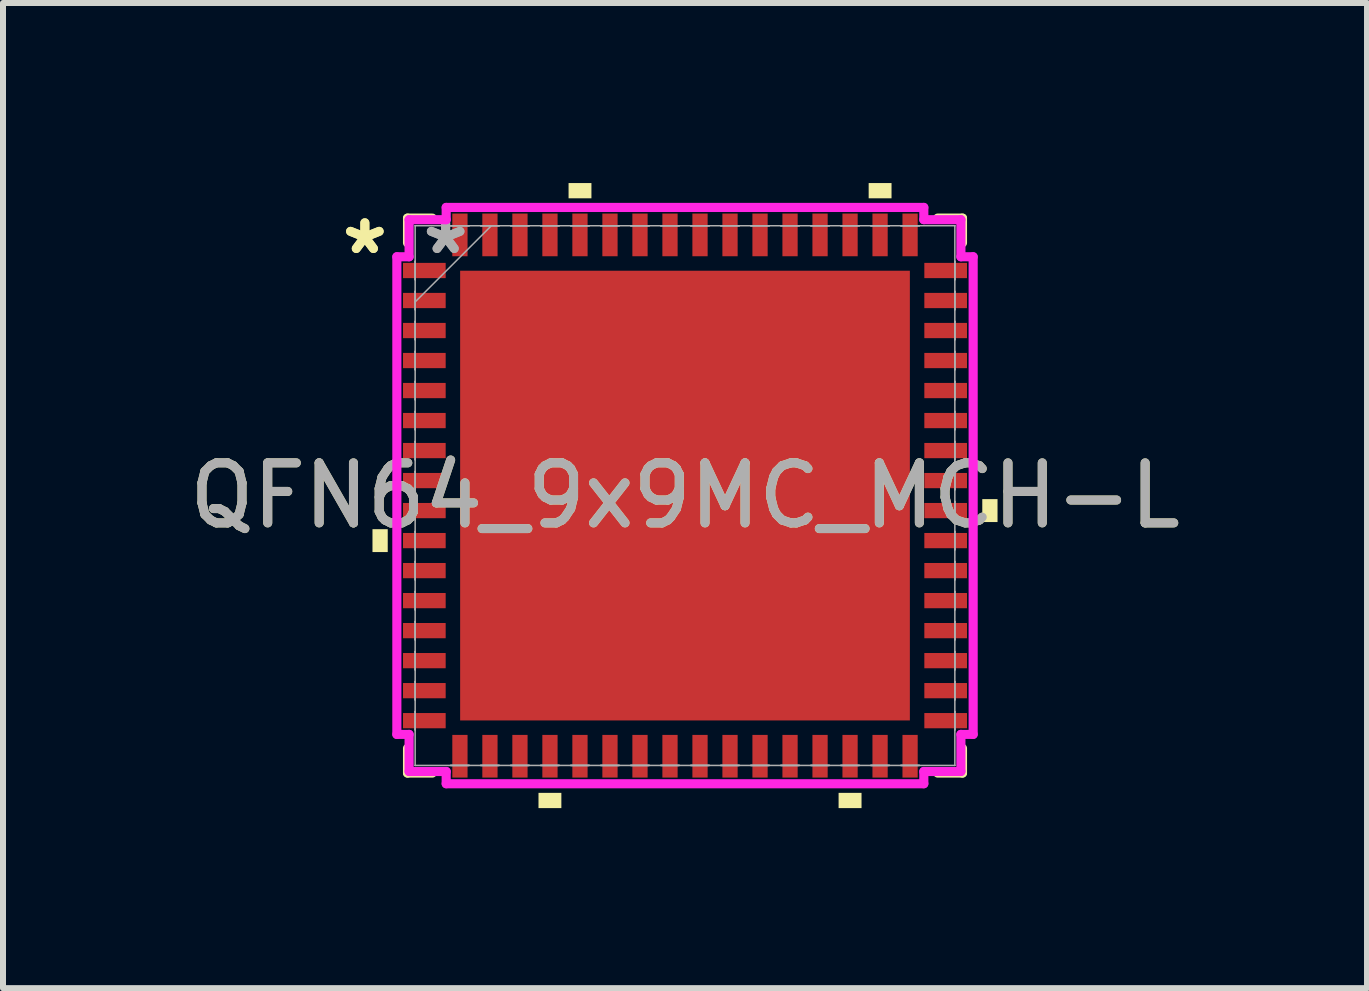
<source format=kicad_pcb>
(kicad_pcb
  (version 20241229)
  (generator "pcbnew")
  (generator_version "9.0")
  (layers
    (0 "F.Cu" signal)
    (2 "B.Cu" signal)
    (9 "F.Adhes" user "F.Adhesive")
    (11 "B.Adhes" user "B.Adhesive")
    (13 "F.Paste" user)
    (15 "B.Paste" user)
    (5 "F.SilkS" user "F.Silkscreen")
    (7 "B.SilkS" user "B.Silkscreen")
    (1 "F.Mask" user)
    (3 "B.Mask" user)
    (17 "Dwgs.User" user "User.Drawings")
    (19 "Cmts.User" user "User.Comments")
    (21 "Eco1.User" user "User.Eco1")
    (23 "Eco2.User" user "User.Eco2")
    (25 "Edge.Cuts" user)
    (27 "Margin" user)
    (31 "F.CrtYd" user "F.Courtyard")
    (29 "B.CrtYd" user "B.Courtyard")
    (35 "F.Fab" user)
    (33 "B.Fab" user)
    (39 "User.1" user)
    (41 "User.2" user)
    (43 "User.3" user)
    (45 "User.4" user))
  (footprint "QFN64_9x9MC_MCH-L"
    (layer "F.Cu")
    (at 8.363 5.207)
    (property "Reference" "QFN64_9x9MC_MCH-L" (at 0 0 0) (unlocked yes) (layer "F.SilkS") (effects (font (size 1 1) (thickness 0.15))))
    (attr smd)
    (fp_line (start -4.623 -4.623) (end -4.623 -4.21) (stroke (width 0.152) (type solid)) (layer "F.SilkS"))
    (fp_line (start -4.623 4.21) (end -4.623 4.623) (stroke (width 0.152) (type solid)) (layer "F.SilkS"))
    (fp_line (start -4.623 4.623) (end -4.21 4.623) (stroke (width 0.152) (type solid)) (layer "F.SilkS"))
    (fp_line (start -4.21 -4.623) (end -4.623 -4.623) (stroke (width 0.152) (type solid)) (layer "F.SilkS"))
    (fp_line (start 4.21 4.623) (end 4.623 4.623) (stroke (width 0.152) (type solid)) (layer "F.SilkS"))
    (fp_line (start 4.623 -4.623) (end 4.21 -4.623) (stroke (width 0.152) (type solid)) (layer "F.SilkS"))
    (fp_line (start 4.623 -4.21) (end 4.623 -4.623) (stroke (width 0.152) (type solid)) (layer "F.SilkS"))
    (fp_line (start 4.623 4.623) (end 4.623 4.21) (stroke (width 0.152) (type solid)) (layer "F.SilkS"))
    (fp_poly (pts (xy -5.207 0.56) (xy -5.207 0.941) (xy -4.953 0.941) (xy -4.953 0.56)) (stroke (width 0) (type solid)) (fill yes) (layer "F.SilkS"))
    (fp_poly (pts (xy -2.441 4.953) (xy -2.441 5.207) (xy -2.06 5.207) (xy -2.06 4.953)) (stroke (width 0) (type solid)) (fill yes) (layer "F.SilkS"))
    (fp_poly (pts (xy -1.94 -4.953) (xy -1.94 -5.207) (xy -1.559 -5.207) (xy -1.559 -4.953)) (stroke (width 0) (type solid)) (fill yes) (layer "F.SilkS"))
    (fp_poly (pts (xy 2.559 4.953) (xy 2.559 5.207) (xy 2.941 5.207) (xy 2.941 4.953)) (stroke (width 0) (type solid)) (fill yes) (layer "F.SilkS"))
    (fp_poly (pts (xy 3.06 -4.953) (xy 3.06 -5.207) (xy 3.441 -5.207) (xy 3.441 -4.953)) (stroke (width 0) (type solid)) (fill yes) (layer "F.SilkS"))
    (fp_poly (pts (xy 5.207 0.059) (xy 5.207 0.441) (xy 4.953 0.441) (xy 4.953 0.059)) (stroke (width 0) (type solid)) (fill yes) (layer "F.SilkS"))
    (fp_poly (pts (xy -3.647 -3.647) (xy -3.647 -2.348) (xy -2.348 -2.348) (xy -2.348 -3.647)) (stroke (width 0) (type solid)) (fill yes) (layer "F.Paste"))
    (fp_poly (pts (xy -3.647 -2.148) (xy -3.647 -0.849) (xy -2.348 -0.849) (xy -2.348 -2.148)) (stroke (width 0) (type solid)) (fill yes) (layer "F.Paste"))
    (fp_poly (pts (xy -3.647 -0.649) (xy -3.647 0.649) (xy -2.348 0.649) (xy -2.348 -0.649)) (stroke (width 0) (type solid)) (fill yes) (layer "F.Paste"))
    (fp_poly (pts (xy -3.647 0.849) (xy -3.647 2.148) (xy -2.348 2.148) (xy -2.348 0.849)) (stroke (width 0) (type solid)) (fill yes) (layer "F.Paste"))
    (fp_poly (pts (xy -3.647 2.348) (xy -3.647 3.647) (xy -2.348 3.647) (xy -2.348 2.348)) (stroke (width 0) (type solid)) (fill yes) (layer "F.Paste"))
    (fp_poly (pts (xy -2.148 -3.647) (xy -2.148 -2.348) (xy -0.849 -2.348) (xy -0.849 -3.647)) (stroke (width 0) (type solid)) (fill yes) (layer "F.Paste"))
    (fp_poly (pts (xy -2.148 -2.148) (xy -2.148 -0.849) (xy -0.849 -0.849) (xy -0.849 -2.148)) (stroke (width 0) (type solid)) (fill yes) (layer "F.Paste"))
    (fp_poly (pts (xy -2.148 -0.649) (xy -2.148 0.649) (xy -0.849 0.649) (xy -0.849 -0.649)) (stroke (width 0) (type solid)) (fill yes) (layer "F.Paste"))
    (fp_poly (pts (xy -2.148 0.849) (xy -2.148 2.148) (xy -0.849 2.148) (xy -0.849 0.849)) (stroke (width 0) (type solid)) (fill yes) (layer "F.Paste"))
    (fp_poly (pts (xy -2.148 2.348) (xy -2.148 3.647) (xy -0.849 3.647) (xy -0.849 2.348)) (stroke (width 0) (type solid)) (fill yes) (layer "F.Paste"))
    (fp_poly (pts (xy -0.649 -3.647) (xy -0.649 -2.348) (xy 0.649 -2.348) (xy 0.649 -3.647)) (stroke (width 0) (type solid)) (fill yes) (layer "F.Paste"))
    (fp_poly (pts (xy -0.649 -2.148) (xy -0.649 -0.849) (xy 0.649 -0.849) (xy 0.649 -2.148)) (stroke (width 0) (type solid)) (fill yes) (layer "F.Paste"))
    (fp_poly (pts (xy -0.649 -0.649) (xy -0.649 0.649) (xy 0.649 0.649) (xy 0.649 -0.649)) (stroke (width 0) (type solid)) (fill yes) (layer "F.Paste"))
    (fp_poly (pts (xy -0.649 0.849) (xy -0.649 2.148) (xy 0.649 2.148) (xy 0.649 0.849)) (stroke (width 0) (type solid)) (fill yes) (layer "F.Paste"))
    (fp_poly (pts (xy -0.649 2.348) (xy -0.649 3.647) (xy 0.649 3.647) (xy 0.649 2.348)) (stroke (width 0) (type solid)) (fill yes) (layer "F.Paste"))
    (fp_poly (pts (xy 0.849 -3.647) (xy 0.849 -2.348) (xy 2.148 -2.348) (xy 2.148 -3.647)) (stroke (width 0) (type solid)) (fill yes) (layer "F.Paste"))
    (fp_poly (pts (xy 0.849 -2.148) (xy 0.849 -0.849) (xy 2.148 -0.849) (xy 2.148 -2.148)) (stroke (width 0) (type solid)) (fill yes) (layer "F.Paste"))
    (fp_poly (pts (xy 0.849 -0.649) (xy 0.849 0.649) (xy 2.148 0.649) (xy 2.148 -0.649)) (stroke (width 0) (type solid)) (fill yes) (layer "F.Paste"))
    (fp_poly (pts (xy 0.849 0.849) (xy 0.849 2.148) (xy 2.148 2.148) (xy 2.148 0.849)) (stroke (width 0) (type solid)) (fill yes) (layer "F.Paste"))
    (fp_poly (pts (xy 0.849 2.348) (xy 0.849 3.647) (xy 2.148 3.647) (xy 2.148 2.348)) (stroke (width 0) (type solid)) (fill yes) (layer "F.Paste"))
    (fp_poly (pts (xy 2.348 -3.647) (xy 2.348 -2.348) (xy 3.647 -2.348) (xy 3.647 -3.647)) (stroke (width 0) (type solid)) (fill yes) (layer "F.Paste"))
    (fp_poly (pts (xy 2.348 -2.148) (xy 2.348 -0.849) (xy 3.647 -0.849) (xy 3.647 -2.148)) (stroke (width 0) (type solid)) (fill yes) (layer "F.Paste"))
    (fp_poly (pts (xy 2.348 -0.649) (xy 2.348 0.649) (xy 3.647 0.649) (xy 3.647 -0.649)) (stroke (width 0) (type solid)) (fill yes) (layer "F.Paste"))
    (fp_poly (pts (xy 2.348 0.849) (xy 2.348 2.148) (xy 3.647 2.148) (xy 3.647 0.849)) (stroke (width 0) (type solid)) (fill yes) (layer "F.Paste"))
    (fp_poly (pts (xy 2.348 2.348) (xy 2.348 3.647) (xy 3.647 3.647) (xy 3.647 2.348)) (stroke (width 0) (type solid)) (fill yes) (layer "F.Paste"))
    (fp_line (start -4.801 -3.979) (end -4.597 -3.979) (stroke (width 0.152) (type solid)) (layer "F.CrtYd"))
    (fp_line (start -4.801 3.979) (end -4.801 -3.979) (stroke (width 0.152) (type solid)) (layer "F.CrtYd"))
    (fp_line (start -4.597 -4.597) (end -3.979 -4.597) (stroke (width 0.152) (type solid)) (layer "F.CrtYd"))
    (fp_line (start -4.597 -3.979) (end -4.597 -4.597) (stroke (width 0.152) (type solid)) (layer "F.CrtYd"))
    (fp_line (start -4.597 3.979) (end -4.801 3.979) (stroke (width 0.152) (type solid)) (layer "F.CrtYd"))
    (fp_line (start -4.597 4.597) (end -4.597 3.979) (stroke (width 0.152) (type solid)) (layer "F.CrtYd"))
    (fp_line (start -3.979 -4.801) (end 3.979 -4.801) (stroke (width 0.152) (type solid)) (layer "F.CrtYd"))
    (fp_line (start -3.979 -4.597) (end -3.979 -4.801) (stroke (width 0.152) (type solid)) (layer "F.CrtYd"))
    (fp_line (start -3.979 4.597) (end -4.597 4.597) (stroke (width 0.152) (type solid)) (layer "F.CrtYd"))
    (fp_line (start -3.979 4.801) (end -3.979 4.597) (stroke (width 0.152) (type solid)) (layer "F.CrtYd"))
    (fp_line (start 3.979 -4.801) (end 3.979 -4.597) (stroke (width 0.152) (type solid)) (layer "F.CrtYd"))
    (fp_line (start 3.979 -4.597) (end 4.597 -4.597) (stroke (width 0.152) (type solid)) (layer "F.CrtYd"))
    (fp_line (start 3.979 4.597) (end 3.979 4.801) (stroke (width 0.152) (type solid)) (layer "F.CrtYd"))
    (fp_line (start 3.979 4.801) (end -3.979 4.801) (stroke (width 0.152) (type solid)) (layer "F.CrtYd"))
    (fp_line (start 4.597 -4.597) (end 4.597 -3.979) (stroke (width 0.152) (type solid)) (layer "F.CrtYd"))
    (fp_line (start 4.597 -3.979) (end 4.801 -3.979) (stroke (width 0.152) (type solid)) (layer "F.CrtYd"))
    (fp_line (start 4.597 3.979) (end 4.597 4.597) (stroke (width 0.152) (type solid)) (layer "F.CrtYd"))
    (fp_line (start 4.597 4.597) (end 3.979 4.597) (stroke (width 0.152) (type solid)) (layer "F.CrtYd"))
    (fp_line (start 4.801 -3.979) (end 4.801 3.979) (stroke (width 0.152) (type solid)) (layer "F.CrtYd"))
    (fp_line (start 4.801 3.979) (end 4.597 3.979) (stroke (width 0.152) (type solid)) (layer "F.CrtYd"))
    (fp_line (start -4.496 -4.496) (end -4.496 -4.496) (stroke (width 0.025) (type solid)) (layer "F.Fab"))
    (fp_line (start -4.496 -4.496) (end -4.496 4.496) (stroke (width 0.025) (type solid)) (layer "F.Fab"))
    (fp_line (start -4.496 -3.902) (end -4.496 -3.902) (stroke (width 0.025) (type solid)) (layer "F.Fab"))
    (fp_line (start -4.496 -3.902) (end -4.496 -3.598) (stroke (width 0.025) (type solid)) (layer "F.Fab"))
    (fp_line (start -4.496 -3.598) (end -4.496 -3.902) (stroke (width 0.025) (type solid)) (layer "F.Fab"))
    (fp_line (start -4.496 -3.598) (end -4.496 -3.598) (stroke (width 0.025) (type solid)) (layer "F.Fab"))
    (fp_line (start -4.496 -3.402) (end -4.496 -3.402) (stroke (width 0.025) (type solid)) (layer "F.Fab"))
    (fp_line (start -4.496 -3.402) (end -4.496 -3.098) (stroke (width 0.025) (type solid)) (layer "F.Fab"))
    (fp_line (start -4.496 -3.226) (end -3.226 -4.496) (stroke (width 0.025) (type solid)) (layer "F.Fab"))
    (fp_line (start -4.496 -3.098) (end -4.496 -3.402) (stroke (width 0.025) (type solid)) (layer "F.Fab"))
    (fp_line (start -4.496 -3.098) (end -4.496 -3.098) (stroke (width 0.025) (type solid)) (layer "F.Fab"))
    (fp_line (start -4.496 -2.902) (end -4.496 -2.902) (stroke (width 0.025) (type solid)) (layer "F.Fab"))
    (fp_line (start -4.496 -2.902) (end -4.496 -2.598) (stroke (width 0.025) (type solid)) (layer "F.Fab"))
    (fp_line (start -4.496 -2.598) (end -4.496 -2.902) (stroke (width 0.025) (type solid)) (layer "F.Fab"))
    (fp_line (start -4.496 -2.598) (end -4.496 -2.598) (stroke (width 0.025) (type solid)) (layer "F.Fab"))
    (fp_line (start -4.496 -2.402) (end -4.496 -2.402) (stroke (width 0.025) (type solid)) (layer "F.Fab"))
    (fp_line (start -4.496 -2.402) (end -4.496 -2.098) (stroke (width 0.025) (type solid)) (layer "F.Fab"))
    (fp_line (start -4.496 -2.098) (end -4.496 -2.402) (stroke (width 0.025) (type solid)) (layer "F.Fab"))
    (fp_line (start -4.496 -2.098) (end -4.496 -2.098) (stroke (width 0.025) (type solid)) (layer "F.Fab"))
    (fp_line (start -4.496 -1.902) (end -4.496 -1.902) (stroke (width 0.025) (type solid)) (layer "F.Fab"))
    (fp_line (start -4.496 -1.902) (end -4.496 -1.598) (stroke (width 0.025) (type solid)) (layer "F.Fab"))
    (fp_line (start -4.496 -1.598) (end -4.496 -1.902) (stroke (width 0.025) (type solid)) (layer "F.Fab"))
    (fp_line (start -4.496 -1.598) (end -4.496 -1.598) (stroke (width 0.025) (type solid)) (layer "F.Fab"))
    (fp_line (start -4.496 -1.402) (end -4.496 -1.402) (stroke (width 0.025) (type solid)) (layer "F.Fab"))
    (fp_line (start -4.496 -1.402) (end -4.496 -1.098) (stroke (width 0.025) (type solid)) (layer "F.Fab"))
    (fp_line (start -4.496 -1.098) (end -4.496 -1.402) (stroke (width 0.025) (type solid)) (layer "F.Fab"))
    (fp_line (start -4.496 -1.098) (end -4.496 -1.098) (stroke (width 0.025) (type solid)) (layer "F.Fab"))
    (fp_line (start -4.496 -0.902) (end -4.496 -0.902) (stroke (width 0.025) (type solid)) (layer "F.Fab"))
    (fp_line (start -4.496 -0.902) (end -4.496 -0.598) (stroke (width 0.025) (type solid)) (layer "F.Fab"))
    (fp_line (start -4.496 -0.598) (end -4.496 -0.902) (stroke (width 0.025) (type solid)) (layer "F.Fab"))
    (fp_line (start -4.496 -0.598) (end -4.496 -0.598) (stroke (width 0.025) (type solid)) (layer "F.Fab"))
    (fp_line (start -4.496 -0.402) (end -4.496 -0.402) (stroke (width 0.025) (type solid)) (layer "F.Fab"))
    (fp_line (start -4.496 -0.402) (end -4.496 -0.098) (stroke (width 0.025) (type solid)) (layer "F.Fab"))
    (fp_line (start -4.496 -0.098) (end -4.496 -0.402) (stroke (width 0.025) (type solid)) (layer "F.Fab"))
    (fp_line (start -4.496 -0.098) (end -4.496 -0.098) (stroke (width 0.025) (type solid)) (layer "F.Fab"))
    (fp_line (start -4.496 0.098) (end -4.496 0.098) (stroke (width 0.025) (type solid)) (layer "F.Fab"))
    (fp_line (start -4.496 0.098) (end -4.496 0.402) (stroke (width 0.025) (type solid)) (layer "F.Fab"))
    (fp_line (start -4.496 0.402) (end -4.496 0.098) (stroke (width 0.025) (type solid)) (layer "F.Fab"))
    (fp_line (start -4.496 0.402) (end -4.496 0.402) (stroke (width 0.025) (type solid)) (layer "F.Fab"))
    (fp_line (start -4.496 0.598) (end -4.496 0.598) (stroke (width 0.025) (type solid)) (layer "F.Fab"))
    (fp_line (start -4.496 0.598) (end -4.496 0.902) (stroke (width 0.025) (type solid)) (layer "F.Fab"))
    (fp_line (start -4.496 0.902) (end -4.496 0.598) (stroke (width 0.025) (type solid)) (layer "F.Fab"))
    (fp_line (start -4.496 0.902) (end -4.496 0.902) (stroke (width 0.025) (type solid)) (layer "F.Fab"))
    (fp_line (start -4.496 1.098) (end -4.496 1.098) (stroke (width 0.025) (type solid)) (layer "F.Fab"))
    (fp_line (start -4.496 1.098) (end -4.496 1.402) (stroke (width 0.025) (type solid)) (layer "F.Fab"))
    (fp_line (start -4.496 1.402) (end -4.496 1.098) (stroke (width 0.025) (type solid)) (layer "F.Fab"))
    (fp_line (start -4.496 1.402) (end -4.496 1.402) (stroke (width 0.025) (type solid)) (layer "F.Fab"))
    (fp_line (start -4.496 1.598) (end -4.496 1.598) (stroke (width 0.025) (type solid)) (layer "F.Fab"))
    (fp_line (start -4.496 1.598) (end -4.496 1.902) (stroke (width 0.025) (type solid)) (layer "F.Fab"))
    (fp_line (start -4.496 1.902) (end -4.496 1.598) (stroke (width 0.025) (type solid)) (layer "F.Fab"))
    (fp_line (start -4.496 1.902) (end -4.496 1.902) (stroke (width 0.025) (type solid)) (layer "F.Fab"))
    (fp_line (start -4.496 2.098) (end -4.496 2.098) (stroke (width 0.025) (type solid)) (layer "F.Fab"))
    (fp_line (start -4.496 2.098) (end -4.496 2.402) (stroke (width 0.025) (type solid)) (layer "F.Fab"))
    (fp_line (start -4.496 2.402) (end -4.496 2.098) (stroke (width 0.025) (type solid)) (layer "F.Fab"))
    (fp_line (start -4.496 2.402) (end -4.496 2.402) (stroke (width 0.025) (type solid)) (layer "F.Fab"))
    (fp_line (start -4.496 2.598) (end -4.496 2.598) (stroke (width 0.025) (type solid)) (layer "F.Fab"))
    (fp_line (start -4.496 2.598) (end -4.496 2.902) (stroke (width 0.025) (type solid)) (layer "F.Fab"))
    (fp_line (start -4.496 2.902) (end -4.496 2.598) (stroke (width 0.025) (type solid)) (layer "F.Fab"))
    (fp_line (start -4.496 2.902) (end -4.496 2.902) (stroke (width 0.025) (type solid)) (layer "F.Fab"))
    (fp_line (start -4.496 3.098) (end -4.496 3.098) (stroke (width 0.025) (type solid)) (layer "F.Fab"))
    (fp_line (start -4.496 3.098) (end -4.496 3.402) (stroke (width 0.025) (type solid)) (layer "F.Fab"))
    (fp_line (start -4.496 3.402) (end -4.496 3.098) (stroke (width 0.025) (type solid)) (layer "F.Fab"))
    (fp_line (start -4.496 3.402) (end -4.496 3.402) (stroke (width 0.025) (type solid)) (layer "F.Fab"))
    (fp_line (start -4.496 3.598) (end -4.496 3.598) (stroke (width 0.025) (type solid)) (layer "F.Fab"))
    (fp_line (start -4.496 3.598) (end -4.496 3.902) (stroke (width 0.025) (type solid)) (layer "F.Fab"))
    (fp_line (start -4.496 3.902) (end -4.496 3.598) (stroke (width 0.025) (type solid)) (layer "F.Fab"))
    (fp_line (start -4.496 3.902) (end -4.496 3.902) (stroke (width 0.025) (type solid)) (layer "F.Fab"))
    (fp_line (start -4.496 4.496) (end -4.496 4.496) (stroke (width 0.025) (type solid)) (layer "F.Fab"))
    (fp_line (start -4.496 4.496) (end 4.496 4.496) (stroke (width 0.025) (type solid)) (layer "F.Fab"))
    (fp_line (start -3.902 -4.496) (end -3.902 -4.496) (stroke (width 0.025) (type solid)) (layer "F.Fab"))
    (fp_line (start -3.902 -4.496) (end -3.598 -4.496) (stroke (width 0.025) (type solid)) (layer "F.Fab"))
    (fp_line (start -3.902 4.496) (end -3.902 4.496) (stroke (width 0.025) (type solid)) (layer "F.Fab"))
    (fp_line (start -3.902 4.496) (end -3.598 4.496) (stroke (width 0.025) (type solid)) (layer "F.Fab"))
    (fp_line (start -3.598 -4.496) (end -3.902 -4.496) (stroke (width 0.025) (type solid)) (layer "F.Fab"))
    (fp_line (start -3.598 -4.496) (end -3.598 -4.496) (stroke (width 0.025) (type solid)) (layer "F.Fab"))
    (fp_line (start -3.598 4.496) (end -3.902 4.496) (stroke (width 0.025) (type solid)) (layer "F.Fab"))
    (fp_line (start -3.598 4.496) (end -3.598 4.496) (stroke (width 0.025) (type solid)) (layer "F.Fab"))
    (fp_line (start -3.402 -4.496) (end -3.402 -4.496) (stroke (width 0.025) (type solid)) (layer "F.Fab"))
    (fp_line (start -3.402 -4.496) (end -3.098 -4.496) (stroke (width 0.025) (type solid)) (layer "F.Fab"))
    (fp_line (start -3.402 4.496) (end -3.402 4.496) (stroke (width 0.025) (type solid)) (layer "F.Fab"))
    (fp_line (start -3.402 4.496) (end -3.098 4.496) (stroke (width 0.025) (type solid)) (layer "F.Fab"))
    (fp_line (start -3.098 -4.496) (end -3.402 -4.496) (stroke (width 0.025) (type solid)) (layer "F.Fab"))
    (fp_line (start -3.098 -4.496) (end -3.098 -4.496) (stroke (width 0.025) (type solid)) (layer "F.Fab"))
    (fp_line (start -3.098 4.496) (end -3.402 4.496) (stroke (width 0.025) (type solid)) (layer "F.Fab"))
    (fp_line (start -3.098 4.496) (end -3.098 4.496) (stroke (width 0.025) (type solid)) (layer "F.Fab"))
    (fp_line (start -2.902 -4.496) (end -2.902 -4.496) (stroke (width 0.025) (type solid)) (layer "F.Fab"))
    (fp_line (start -2.902 -4.496) (end -2.598 -4.496) (stroke (width 0.025) (type solid)) (layer "F.Fab"))
    (fp_line (start -2.902 4.496) (end -2.902 4.496) (stroke (width 0.025) (type solid)) (layer "F.Fab"))
    (fp_line (start -2.902 4.496) (end -2.598 4.496) (stroke (width 0.025) (type solid)) (layer "F.Fab"))
    (fp_line (start -2.598 -4.496) (end -2.902 -4.496) (stroke (width 0.025) (type solid)) (layer "F.Fab"))
    (fp_line (start -2.598 -4.496) (end -2.598 -4.496) (stroke (width 0.025) (type solid)) (layer "F.Fab"))
    (fp_line (start -2.598 4.496) (end -2.902 4.496) (stroke (width 0.025) (type solid)) (layer "F.Fab"))
    (fp_line (start -2.598 4.496) (end -2.598 4.496) (stroke (width 0.025) (type solid)) (layer "F.Fab"))
    (fp_line (start -2.402 -4.496) (end -2.402 -4.496) (stroke (width 0.025) (type solid)) (layer "F.Fab"))
    (fp_line (start -2.402 -4.496) (end -2.098 -4.496) (stroke (width 0.025) (type solid)) (layer "F.Fab"))
    (fp_line (start -2.402 4.496) (end -2.402 4.496) (stroke (width 0.025) (type solid)) (layer "F.Fab"))
    (fp_line (start -2.402 4.496) (end -2.098 4.496) (stroke (width 0.025) (type solid)) (layer "F.Fab"))
    (fp_line (start -2.098 -4.496) (end -2.402 -4.496) (stroke (width 0.025) (type solid)) (layer "F.Fab"))
    (fp_line (start -2.098 -4.496) (end -2.098 -4.496) (stroke (width 0.025) (type solid)) (layer "F.Fab"))
    (fp_line (start -2.098 4.496) (end -2.402 4.496) (stroke (width 0.025) (type solid)) (layer "F.Fab"))
    (fp_line (start -2.098 4.496) (end -2.098 4.496) (stroke (width 0.025) (type solid)) (layer "F.Fab"))
    (fp_line (start -1.902 -4.496) (end -1.902 -4.496) (stroke (width 0.025) (type solid)) (layer "F.Fab"))
    (fp_line (start -1.902 -4.496) (end -1.598 -4.496) (stroke (width 0.025) (type solid)) (layer "F.Fab"))
    (fp_line (start -1.902 4.496) (end -1.902 4.496) (stroke (width 0.025) (type solid)) (layer "F.Fab"))
    (fp_line (start -1.902 4.496) (end -1.598 4.496) (stroke (width 0.025) (type solid)) (layer "F.Fab"))
    (fp_line (start -1.598 -4.496) (end -1.902 -4.496) (stroke (width 0.025) (type solid)) (layer "F.Fab"))
    (fp_line (start -1.598 -4.496) (end -1.598 -4.496) (stroke (width 0.025) (type solid)) (layer "F.Fab"))
    (fp_line (start -1.598 4.496) (end -1.902 4.496) (stroke (width 0.025) (type solid)) (layer "F.Fab"))
    (fp_line (start -1.598 4.496) (end -1.598 4.496) (stroke (width 0.025) (type solid)) (layer "F.Fab"))
    (fp_line (start -1.402 -4.496) (end -1.402 -4.496) (stroke (width 0.025) (type solid)) (layer "F.Fab"))
    (fp_line (start -1.402 -4.496) (end -1.098 -4.496) (stroke (width 0.025) (type solid)) (layer "F.Fab"))
    (fp_line (start -1.402 4.496) (end -1.402 4.496) (stroke (width 0.025) (type solid)) (layer "F.Fab"))
    (fp_line (start -1.402 4.496) (end -1.098 4.496) (stroke (width 0.025) (type solid)) (layer "F.Fab"))
    (fp_line (start -1.098 -4.496) (end -1.402 -4.496) (stroke (width 0.025) (type solid)) (layer "F.Fab"))
    (fp_line (start -1.098 -4.496) (end -1.098 -4.496) (stroke (width 0.025) (type solid)) (layer "F.Fab"))
    (fp_line (start -1.098 4.496) (end -1.402 4.496) (stroke (width 0.025) (type solid)) (layer "F.Fab"))
    (fp_line (start -1.098 4.496) (end -1.098 4.496) (stroke (width 0.025) (type solid)) (layer "F.Fab"))
    (fp_line (start -0.902 -4.496) (end -0.902 -4.496) (stroke (width 0.025) (type solid)) (layer "F.Fab"))
    (fp_line (start -0.902 -4.496) (end -0.598 -4.496) (stroke (width 0.025) (type solid)) (layer "F.Fab"))
    (fp_line (start -0.902 4.496) (end -0.902 4.496) (stroke (width 0.025) (type solid)) (layer "F.Fab"))
    (fp_line (start -0.902 4.496) (end -0.598 4.496) (stroke (width 0.025) (type solid)) (layer "F.Fab"))
    (fp_line (start -0.598 -4.496) (end -0.902 -4.496) (stroke (width 0.025) (type solid)) (layer "F.Fab"))
    (fp_line (start -0.598 -4.496) (end -0.598 -4.496) (stroke (width 0.025) (type solid)) (layer "F.Fab"))
    (fp_line (start -0.598 4.496) (end -0.902 4.496) (stroke (width 0.025) (type solid)) (layer "F.Fab"))
    (fp_line (start -0.598 4.496) (end -0.598 4.496) (stroke (width 0.025) (type solid)) (layer "F.Fab"))
    (fp_line (start -0.402 -4.496) (end -0.402 -4.496) (stroke (width 0.025) (type solid)) (layer "F.Fab"))
    (fp_line (start -0.402 -4.496) (end -0.098 -4.496) (stroke (width 0.025) (type solid)) (layer "F.Fab"))
    (fp_line (start -0.402 4.496) (end -0.402 4.496) (stroke (width 0.025) (type solid)) (layer "F.Fab"))
    (fp_line (start -0.402 4.496) (end -0.098 4.496) (stroke (width 0.025) (type solid)) (layer "F.Fab"))
    (fp_line (start -0.098 -4.496) (end -0.402 -4.496) (stroke (width 0.025) (type solid)) (layer "F.Fab"))
    (fp_line (start -0.098 -4.496) (end -0.098 -4.496) (stroke (width 0.025) (type solid)) (layer "F.Fab"))
    (fp_line (start -0.098 4.496) (end -0.402 4.496) (stroke (width 0.025) (type solid)) (layer "F.Fab"))
    (fp_line (start -0.098 4.496) (end -0.098 4.496) (stroke (width 0.025) (type solid)) (layer "F.Fab"))
    (fp_line (start 0.098 -4.496) (end 0.098 -4.496) (stroke (width 0.025) (type solid)) (layer "F.Fab"))
    (fp_line (start 0.098 -4.496) (end 0.402 -4.496) (stroke (width 0.025) (type solid)) (layer "F.Fab"))
    (fp_line (start 0.098 4.496) (end 0.098 4.496) (stroke (width 0.025) (type solid)) (layer "F.Fab"))
    (fp_line (start 0.098 4.496) (end 0.402 4.496) (stroke (width 0.025) (type solid)) (layer "F.Fab"))
    (fp_line (start 0.402 -4.496) (end 0.098 -4.496) (stroke (width 0.025) (type solid)) (layer "F.Fab"))
    (fp_line (start 0.402 -4.496) (end 0.402 -4.496) (stroke (width 0.025) (type solid)) (layer "F.Fab"))
    (fp_line (start 0.402 4.496) (end 0.098 4.496) (stroke (width 0.025) (type solid)) (layer "F.Fab"))
    (fp_line (start 0.402 4.496) (end 0.402 4.496) (stroke (width 0.025) (type solid)) (layer "F.Fab"))
    (fp_line (start 0.598 -4.496) (end 0.598 -4.496) (stroke (width 0.025) (type solid)) (layer "F.Fab"))
    (fp_line (start 0.598 -4.496) (end 0.902 -4.496) (stroke (width 0.025) (type solid)) (layer "F.Fab"))
    (fp_line (start 0.598 4.496) (end 0.598 4.496) (stroke (width 0.025) (type solid)) (layer "F.Fab"))
    (fp_line (start 0.598 4.496) (end 0.902 4.496) (stroke (width 0.025) (type solid)) (layer "F.Fab"))
    (fp_line (start 0.902 -4.496) (end 0.598 -4.496) (stroke (width 0.025) (type solid)) (layer "F.Fab"))
    (fp_line (start 0.902 -4.496) (end 0.902 -4.496) (stroke (width 0.025) (type solid)) (layer "F.Fab"))
    (fp_line (start 0.902 4.496) (end 0.598 4.496) (stroke (width 0.025) (type solid)) (layer "F.Fab"))
    (fp_line (start 0.902 4.496) (end 0.902 4.496) (stroke (width 0.025) (type solid)) (layer "F.Fab"))
    (fp_line (start 1.098 -4.496) (end 1.098 -4.496) (stroke (width 0.025) (type solid)) (layer "F.Fab"))
    (fp_line (start 1.098 -4.496) (end 1.402 -4.496) (stroke (width 0.025) (type solid)) (layer "F.Fab"))
    (fp_line (start 1.098 4.496) (end 1.098 4.496) (stroke (width 0.025) (type solid)) (layer "F.Fab"))
    (fp_line (start 1.098 4.496) (end 1.402 4.496) (stroke (width 0.025) (type solid)) (layer "F.Fab"))
    (fp_line (start 1.402 -4.496) (end 1.098 -4.496) (stroke (width 0.025) (type solid)) (layer "F.Fab"))
    (fp_line (start 1.402 -4.496) (end 1.402 -4.496) (stroke (width 0.025) (type solid)) (layer "F.Fab"))
    (fp_line (start 1.402 4.496) (end 1.098 4.496) (stroke (width 0.025) (type solid)) (layer "F.Fab"))
    (fp_line (start 1.402 4.496) (end 1.402 4.496) (stroke (width 0.025) (type solid)) (layer "F.Fab"))
    (fp_line (start 1.598 -4.496) (end 1.598 -4.496) (stroke (width 0.025) (type solid)) (layer "F.Fab"))
    (fp_line (start 1.598 -4.496) (end 1.902 -4.496) (stroke (width 0.025) (type solid)) (layer "F.Fab"))
    (fp_line (start 1.598 4.496) (end 1.598 4.496) (stroke (width 0.025) (type solid)) (layer "F.Fab"))
    (fp_line (start 1.598 4.496) (end 1.902 4.496) (stroke (width 0.025) (type solid)) (layer "F.Fab"))
    (fp_line (start 1.902 -4.496) (end 1.598 -4.496) (stroke (width 0.025) (type solid)) (layer "F.Fab"))
    (fp_line (start 1.902 -4.496) (end 1.902 -4.496) (stroke (width 0.025) (type solid)) (layer "F.Fab"))
    (fp_line (start 1.902 4.496) (end 1.598 4.496) (stroke (width 0.025) (type solid)) (layer "F.Fab"))
    (fp_line (start 1.902 4.496) (end 1.902 4.496) (stroke (width 0.025) (type solid)) (layer "F.Fab"))
    (fp_line (start 2.098 -4.496) (end 2.098 -4.496) (stroke (width 0.025) (type solid)) (layer "F.Fab"))
    (fp_line (start 2.098 -4.496) (end 2.402 -4.496) (stroke (width 0.025) (type solid)) (layer "F.Fab"))
    (fp_line (start 2.098 4.496) (end 2.098 4.496) (stroke (width 0.025) (type solid)) (layer "F.Fab"))
    (fp_line (start 2.098 4.496) (end 2.402 4.496) (stroke (width 0.025) (type solid)) (layer "F.Fab"))
    (fp_line (start 2.402 -4.496) (end 2.098 -4.496) (stroke (width 0.025) (type solid)) (layer "F.Fab"))
    (fp_line (start 2.402 -4.496) (end 2.402 -4.496) (stroke (width 0.025) (type solid)) (layer "F.Fab"))
    (fp_line (start 2.402 4.496) (end 2.098 4.496) (stroke (width 0.025) (type solid)) (layer "F.Fab"))
    (fp_line (start 2.402 4.496) (end 2.402 4.496) (stroke (width 0.025) (type solid)) (layer "F.Fab"))
    (fp_line (start 2.598 -4.496) (end 2.598 -4.496) (stroke (width 0.025) (type solid)) (layer "F.Fab"))
    (fp_line (start 2.598 -4.496) (end 2.902 -4.496) (stroke (width 0.025) (type solid)) (layer "F.Fab"))
    (fp_line (start 2.598 4.496) (end 2.598 4.496) (stroke (width 0.025) (type solid)) (layer "F.Fab"))
    (fp_line (start 2.598 4.496) (end 2.902 4.496) (stroke (width 0.025) (type solid)) (layer "F.Fab"))
    (fp_line (start 2.902 -4.496) (end 2.598 -4.496) (stroke (width 0.025) (type solid)) (layer "F.Fab"))
    (fp_line (start 2.902 -4.496) (end 2.902 -4.496) (stroke (width 0.025) (type solid)) (layer "F.Fab"))
    (fp_line (start 2.902 4.496) (end 2.598 4.496) (stroke (width 0.025) (type solid)) (layer "F.Fab"))
    (fp_line (start 2.902 4.496) (end 2.902 4.496) (stroke (width 0.025) (type solid)) (layer "F.Fab"))
    (fp_line (start 3.098 -4.496) (end 3.098 -4.496) (stroke (width 0.025) (type solid)) (layer "F.Fab"))
    (fp_line (start 3.098 -4.496) (end 3.402 -4.496) (stroke (width 0.025) (type solid)) (layer "F.Fab"))
    (fp_line (start 3.098 4.496) (end 3.098 4.496) (stroke (width 0.025) (type solid)) (layer "F.Fab"))
    (fp_line (start 3.098 4.496) (end 3.402 4.496) (stroke (width 0.025) (type solid)) (layer "F.Fab"))
    (fp_line (start 3.402 -4.496) (end 3.098 -4.496) (stroke (width 0.025) (type solid)) (layer "F.Fab"))
    (fp_line (start 3.402 -4.496) (end 3.402 -4.496) (stroke (width 0.025) (type solid)) (layer "F.Fab"))
    (fp_line (start 3.402 4.496) (end 3.098 4.496) (stroke (width 0.025) (type solid)) (layer "F.Fab"))
    (fp_line (start 3.402 4.496) (end 3.402 4.496) (stroke (width 0.025) (type solid)) (layer "F.Fab"))
    (fp_line (start 3.598 -4.496) (end 3.598 -4.496) (stroke (width 0.025) (type solid)) (layer "F.Fab"))
    (fp_line (start 3.598 -4.496) (end 3.902 -4.496) (stroke (width 0.025) (type solid)) (layer "F.Fab"))
    (fp_line (start 3.598 4.496) (end 3.598 4.496) (stroke (width 0.025) (type solid)) (layer "F.Fab"))
    (fp_line (start 3.598 4.496) (end 3.902 4.496) (stroke (width 0.025) (type solid)) (layer "F.Fab"))
    (fp_line (start 3.902 -4.496) (end 3.598 -4.496) (stroke (width 0.025) (type solid)) (layer "F.Fab"))
    (fp_line (start 3.902 -4.496) (end 3.902 -4.496) (stroke (width 0.025) (type solid)) (layer "F.Fab"))
    (fp_line (start 3.902 4.496) (end 3.598 4.496) (stroke (width 0.025) (type solid)) (layer "F.Fab"))
    (fp_line (start 3.902 4.496) (end 3.902 4.496) (stroke (width 0.025) (type solid)) (layer "F.Fab"))
    (fp_line (start 4.496 -4.496) (end -4.496 -4.496) (stroke (width 0.025) (type solid)) (layer "F.Fab"))
    (fp_line (start 4.496 -4.496) (end 4.496 -4.496) (stroke (width 0.025) (type solid)) (layer "F.Fab"))
    (fp_line (start 4.496 -3.902) (end 4.496 -3.902) (stroke (width 0.025) (type solid)) (layer "F.Fab"))
    (fp_line (start 4.496 -3.902) (end 4.496 -3.598) (stroke (width 0.025) (type solid)) (layer "F.Fab"))
    (fp_line (start 4.496 -3.598) (end 4.496 -3.902) (stroke (width 0.025) (type solid)) (layer "F.Fab"))
    (fp_line (start 4.496 -3.598) (end 4.496 -3.598) (stroke (width 0.025) (type solid)) (layer "F.Fab"))
    (fp_line (start 4.496 -3.402) (end 4.496 -3.402) (stroke (width 0.025) (type solid)) (layer "F.Fab"))
    (fp_line (start 4.496 -3.402) (end 4.496 -3.098) (stroke (width 0.025) (type solid)) (layer "F.Fab"))
    (fp_line (start 4.496 -3.098) (end 4.496 -3.402) (stroke (width 0.025) (type solid)) (layer "F.Fab"))
    (fp_line (start 4.496 -3.098) (end 4.496 -3.098) (stroke (width 0.025) (type solid)) (layer "F.Fab"))
    (fp_line (start 4.496 -2.902) (end 4.496 -2.902) (stroke (width 0.025) (type solid)) (layer "F.Fab"))
    (fp_line (start 4.496 -2.902) (end 4.496 -2.598) (stroke (width 0.025) (type solid)) (layer "F.Fab"))
    (fp_line (start 4.496 -2.598) (end 4.496 -2.902) (stroke (width 0.025) (type solid)) (layer "F.Fab"))
    (fp_line (start 4.496 -2.598) (end 4.496 -2.598) (stroke (width 0.025) (type solid)) (layer "F.Fab"))
    (fp_line (start 4.496 -2.402) (end 4.496 -2.402) (stroke (width 0.025) (type solid)) (layer "F.Fab"))
    (fp_line (start 4.496 -2.402) (end 4.496 -2.098) (stroke (width 0.025) (type solid)) (layer "F.Fab"))
    (fp_line (start 4.496 -2.098) (end 4.496 -2.402) (stroke (width 0.025) (type solid)) (layer "F.Fab"))
    (fp_line (start 4.496 -2.098) (end 4.496 -2.098) (stroke (width 0.025) (type solid)) (layer "F.Fab"))
    (fp_line (start 4.496 -1.902) (end 4.496 -1.902) (stroke (width 0.025) (type solid)) (layer "F.Fab"))
    (fp_line (start 4.496 -1.902) (end 4.496 -1.598) (stroke (width 0.025) (type solid)) (layer "F.Fab"))
    (fp_line (start 4.496 -1.598) (end 4.496 -1.902) (stroke (width 0.025) (type solid)) (layer "F.Fab"))
    (fp_line (start 4.496 -1.598) (end 4.496 -1.598) (stroke (width 0.025) (type solid)) (layer "F.Fab"))
    (fp_line (start 4.496 -1.402) (end 4.496 -1.402) (stroke (width 0.025) (type solid)) (layer "F.Fab"))
    (fp_line (start 4.496 -1.402) (end 4.496 -1.098) (stroke (width 0.025) (type solid)) (layer "F.Fab"))
    (fp_line (start 4.496 -1.098) (end 4.496 -1.402) (stroke (width 0.025) (type solid)) (layer "F.Fab"))
    (fp_line (start 4.496 -1.098) (end 4.496 -1.098) (stroke (width 0.025) (type solid)) (layer "F.Fab"))
    (fp_line (start 4.496 -0.902) (end 4.496 -0.902) (stroke (width 0.025) (type solid)) (layer "F.Fab"))
    (fp_line (start 4.496 -0.902) (end 4.496 -0.598) (stroke (width 0.025) (type solid)) (layer "F.Fab"))
    (fp_line (start 4.496 -0.598) (end 4.496 -0.902) (stroke (width 0.025) (type solid)) (layer "F.Fab"))
    (fp_line (start 4.496 -0.598) (end 4.496 -0.598) (stroke (width 0.025) (type solid)) (layer "F.Fab"))
    (fp_line (start 4.496 -0.402) (end 4.496 -0.402) (stroke (width 0.025) (type solid)) (layer "F.Fab"))
    (fp_line (start 4.496 -0.402) (end 4.496 -0.098) (stroke (width 0.025) (type solid)) (layer "F.Fab"))
    (fp_line (start 4.496 -0.098) (end 4.496 -0.402) (stroke (width 0.025) (type solid)) (layer "F.Fab"))
    (fp_line (start 4.496 -0.098) (end 4.496 -0.098) (stroke (width 0.025) (type solid)) (layer "F.Fab"))
    (fp_line (start 4.496 0.098) (end 4.496 0.098) (stroke (width 0.025) (type solid)) (layer "F.Fab"))
    (fp_line (start 4.496 0.098) (end 4.496 0.402) (stroke (width 0.025) (type solid)) (layer "F.Fab"))
    (fp_line (start 4.496 0.402) (end 4.496 0.098) (stroke (width 0.025) (type solid)) (layer "F.Fab"))
    (fp_line (start 4.496 0.402) (end 4.496 0.402) (stroke (width 0.025) (type solid)) (layer "F.Fab"))
    (fp_line (start 4.496 0.598) (end 4.496 0.598) (stroke (width 0.025) (type solid)) (layer "F.Fab"))
    (fp_line (start 4.496 0.598) (end 4.496 0.902) (stroke (width 0.025) (type solid)) (layer "F.Fab"))
    (fp_line (start 4.496 0.902) (end 4.496 0.598) (stroke (width 0.025) (type solid)) (layer "F.Fab"))
    (fp_line (start 4.496 0.902) (end 4.496 0.902) (stroke (width 0.025) (type solid)) (layer "F.Fab"))
    (fp_line (start 4.496 1.098) (end 4.496 1.098) (stroke (width 0.025) (type solid)) (layer "F.Fab"))
    (fp_line (start 4.496 1.098) (end 4.496 1.402) (stroke (width 0.025) (type solid)) (layer "F.Fab"))
    (fp_line (start 4.496 1.402) (end 4.496 1.098) (stroke (width 0.025) (type solid)) (layer "F.Fab"))
    (fp_line (start 4.496 1.402) (end 4.496 1.402) (stroke (width 0.025) (type solid)) (layer "F.Fab"))
    (fp_line (start 4.496 1.598) (end 4.496 1.598) (stroke (width 0.025) (type solid)) (layer "F.Fab"))
    (fp_line (start 4.496 1.598) (end 4.496 1.902) (stroke (width 0.025) (type solid)) (layer "F.Fab"))
    (fp_line (start 4.496 1.902) (end 4.496 1.598) (stroke (width 0.025) (type solid)) (layer "F.Fab"))
    (fp_line (start 4.496 1.902) (end 4.496 1.902) (stroke (width 0.025) (type solid)) (layer "F.Fab"))
    (fp_line (start 4.496 2.098) (end 4.496 2.098) (stroke (width 0.025) (type solid)) (layer "F.Fab"))
    (fp_line (start 4.496 2.098) (end 4.496 2.402) (stroke (width 0.025) (type solid)) (layer "F.Fab"))
    (fp_line (start 4.496 2.402) (end 4.496 2.098) (stroke (width 0.025) (type solid)) (layer "F.Fab"))
    (fp_line (start 4.496 2.402) (end 4.496 2.402) (stroke (width 0.025) (type solid)) (layer "F.Fab"))
    (fp_line (start 4.496 2.598) (end 4.496 2.598) (stroke (width 0.025) (type solid)) (layer "F.Fab"))
    (fp_line (start 4.496 2.598) (end 4.496 2.902) (stroke (width 0.025) (type solid)) (layer "F.Fab"))
    (fp_line (start 4.496 2.902) (end 4.496 2.598) (stroke (width 0.025) (type solid)) (layer "F.Fab"))
    (fp_line (start 4.496 2.902) (end 4.496 2.902) (stroke (width 0.025) (type solid)) (layer "F.Fab"))
    (fp_line (start 4.496 3.098) (end 4.496 3.098) (stroke (width 0.025) (type solid)) (layer "F.Fab"))
    (fp_line (start 4.496 3.098) (end 4.496 3.402) (stroke (width 0.025) (type solid)) (layer "F.Fab"))
    (fp_line (start 4.496 3.402) (end 4.496 3.098) (stroke (width 0.025) (type solid)) (layer "F.Fab"))
    (fp_line (start 4.496 3.402) (end 4.496 3.402) (stroke (width 0.025) (type solid)) (layer "F.Fab"))
    (fp_line (start 4.496 3.598) (end 4.496 3.598) (stroke (width 0.025) (type solid)) (layer "F.Fab"))
    (fp_line (start 4.496 3.598) (end 4.496 3.902) (stroke (width 0.025) (type solid)) (layer "F.Fab"))
    (fp_line (start 4.496 3.902) (end 4.496 3.598) (stroke (width 0.025) (type solid)) (layer "F.Fab"))
    (fp_line (start 4.496 3.902) (end 4.496 3.902) (stroke (width 0.025) (type solid)) (layer "F.Fab"))
    (fp_line (start 4.496 4.496) (end 4.496 -4.496) (stroke (width 0.025) (type solid)) (layer "F.Fab"))
    (fp_line (start 4.496 4.496) (end 4.496 4.496) (stroke (width 0.025) (type solid)) (layer "F.Fab"))
    (fp_text user "*" (at -5.334 -4 0) (layer "F.SilkS") (effects (font (size 1 1) (thickness 0.15))))
    (fp_text user "*" (at -5.334 -4 0) (unlocked yes) (layer "F.SilkS") (effects (font (size 1 1) (thickness 0.15))))
    (fp_text user "*" (at -3.988 -4 0) (unlocked yes) (layer "F.Fab") (effects (font (size 1 1) (thickness 0.15))))
    (fp_text user "*" (at -3.988 -4 0) (layer "F.Fab") (effects (font (size 1 1) (thickness 0.15))))
    (fp_text user "${REFERENCE}" (at 0 0 0) (unlocked yes) (layer "F.Fab") (effects (font (size 1 1) (thickness 0.15))))
    (pad "1" smd rect (at -4.343 -3.75 90) (size 0.254 0.711) (layers "F.Cu" "F.Mask" "F.Paste"))
    (pad "2" smd rect (at -4.343 -3.25 90) (size 0.254 0.711) (layers "F.Cu" "F.Mask" "F.Paste"))
    (pad "3" smd rect (at -4.343 -2.75 90) (size 0.254 0.711) (layers "F.Cu" "F.Mask" "F.Paste"))
    (pad "4" smd rect (at -4.343 -2.25 90) (size 0.254 0.711) (layers "F.Cu" "F.Mask" "F.Paste"))
    (pad "5" smd rect (at -4.343 -1.75 90) (size 0.254 0.711) (layers "F.Cu" "F.Mask" "F.Paste"))
    (pad "6" smd rect (at -4.343 -1.25 90) (size 0.254 0.711) (layers "F.Cu" "F.Mask" "F.Paste"))
    (pad "7" smd rect (at -4.343 -0.75 90) (size 0.254 0.711) (layers "F.Cu" "F.Mask" "F.Paste"))
    (pad "8" smd rect (at -4.343 -0.25 90) (size 0.254 0.711) (layers "F.Cu" "F.Mask" "F.Paste"))
    (pad "9" smd rect (at -4.343 0.25 90) (size 0.254 0.711) (layers "F.Cu" "F.Mask" "F.Paste"))
    (pad "10" smd rect (at -4.343 0.75 90) (size 0.254 0.711) (layers "F.Cu" "F.Mask" "F.Paste"))
    (pad "11" smd rect (at -4.343 1.25 90) (size 0.254 0.711) (layers "F.Cu" "F.Mask" "F.Paste"))
    (pad "12" smd rect (at -4.343 1.75 90) (size 0.254 0.711) (layers "F.Cu" "F.Mask" "F.Paste"))
    (pad "13" smd rect (at -4.343 2.25 90) (size 0.254 0.711) (layers "F.Cu" "F.Mask" "F.Paste"))
    (pad "14" smd rect (at -4.343 2.75 90) (size 0.254 0.711) (layers "F.Cu" "F.Mask" "F.Paste"))
    (pad "15" smd rect (at -4.343 3.25 90) (size 0.254 0.711) (layers "F.Cu" "F.Mask" "F.Paste"))
    (pad "16" smd rect (at -4.343 3.75 90) (size 0.254 0.711) (layers "F.Cu" "F.Mask" "F.Paste"))
    (pad "17" smd rect (at -3.75 4.343) (size 0.254 0.711) (layers "F.Cu" "F.Mask" "F.Paste"))
    (pad "18" smd rect (at -3.25 4.343) (size 0.254 0.711) (layers "F.Cu" "F.Mask" "F.Paste"))
    (pad "19" smd rect (at -2.75 4.343) (size 0.254 0.711) (layers "F.Cu" "F.Mask" "F.Paste"))
    (pad "20" smd rect (at -2.25 4.343) (size 0.254 0.711) (layers "F.Cu" "F.Mask" "F.Paste"))
    (pad "21" smd rect (at -1.75 4.343) (size 0.254 0.711) (layers "F.Cu" "F.Mask" "F.Paste"))
    (pad "22" smd rect (at -1.25 4.343) (size 0.254 0.711) (layers "F.Cu" "F.Mask" "F.Paste"))
    (pad "23" smd rect (at -0.75 4.343) (size 0.254 0.711) (layers "F.Cu" "F.Mask" "F.Paste"))
    (pad "24" smd rect (at -0.25 4.343) (size 0.254 0.711) (layers "F.Cu" "F.Mask" "F.Paste"))
    (pad "25" smd rect (at 0.25 4.343) (size 0.254 0.711) (layers "F.Cu" "F.Mask" "F.Paste"))
    (pad "26" smd rect (at 0.75 4.343) (size 0.254 0.711) (layers "F.Cu" "F.Mask" "F.Paste"))
    (pad "27" smd rect (at 1.25 4.343) (size 0.254 0.711) (layers "F.Cu" "F.Mask" "F.Paste"))
    (pad "28" smd rect (at 1.75 4.343) (size 0.254 0.711) (layers "F.Cu" "F.Mask" "F.Paste"))
    (pad "29" smd rect (at 2.25 4.343) (size 0.254 0.711) (layers "F.Cu" "F.Mask" "F.Paste"))
    (pad "30" smd rect (at 2.75 4.343) (size 0.254 0.711) (layers "F.Cu" "F.Mask" "F.Paste"))
    (pad "31" smd rect (at 3.25 4.343) (size 0.254 0.711) (layers "F.Cu" "F.Mask" "F.Paste"))
    (pad "32" smd rect (at 3.75 4.343) (size 0.254 0.711) (layers "F.Cu" "F.Mask" "F.Paste"))
    (pad "33" smd rect (at 4.343 3.75 90) (size 0.254 0.711) (layers "F.Cu" "F.Mask" "F.Paste"))
    (pad "34" smd rect (at 4.343 3.25 90) (size 0.254 0.711) (layers "F.Cu" "F.Mask" "F.Paste"))
    (pad "35" smd rect (at 4.343 2.75 90) (size 0.254 0.711) (layers "F.Cu" "F.Mask" "F.Paste"))
    (pad "36" smd rect (at 4.343 2.25 90) (size 0.254 0.711) (layers "F.Cu" "F.Mask" "F.Paste"))
    (pad "37" smd rect (at 4.343 1.75 90) (size 0.254 0.711) (layers "F.Cu" "F.Mask" "F.Paste"))
    (pad "38" smd rect (at 4.343 1.25 90) (size 0.254 0.711) (layers "F.Cu" "F.Mask" "F.Paste"))
    (pad "39" smd rect (at 4.343 0.75 90) (size 0.254 0.711) (layers "F.Cu" "F.Mask" "F.Paste"))
    (pad "40" smd rect (at 4.343 0.25 90) (size 0.254 0.711) (layers "F.Cu" "F.Mask" "F.Paste"))
    (pad "41" smd rect (at 4.343 -0.25 90) (size 0.254 0.711) (layers "F.Cu" "F.Mask" "F.Paste"))
    (pad "42" smd rect (at 4.343 -0.75 90) (size 0.254 0.711) (layers "F.Cu" "F.Mask" "F.Paste"))
    (pad "43" smd rect (at 4.343 -1.25 90) (size 0.254 0.711) (layers "F.Cu" "F.Mask" "F.Paste"))
    (pad "44" smd rect (at 4.343 -1.75 90) (size 0.254 0.711) (layers "F.Cu" "F.Mask" "F.Paste"))
    (pad "45" smd rect (at 4.343 -2.25 90) (size 0.254 0.711) (layers "F.Cu" "F.Mask" "F.Paste"))
    (pad "46" smd rect (at 4.343 -2.75 90) (size 0.254 0.711) (layers "F.Cu" "F.Mask" "F.Paste"))
    (pad "47" smd rect (at 4.343 -3.25 90) (size 0.254 0.711) (layers "F.Cu" "F.Mask" "F.Paste"))
    (pad "48" smd rect (at 4.343 -3.75 90) (size 0.254 0.711) (layers "F.Cu" "F.Mask" "F.Paste"))
    (pad "49" smd rect (at 3.75 -4.343) (size 0.254 0.711) (layers "F.Cu" "F.Mask" "F.Paste"))
    (pad "50" smd rect (at 3.25 -4.343) (size 0.254 0.711) (layers "F.Cu" "F.Mask" "F.Paste"))
    (pad "51" smd rect (at 2.75 -4.343) (size 0.254 0.711) (layers "F.Cu" "F.Mask" "F.Paste"))
    (pad "52" smd rect (at 2.25 -4.343) (size 0.254 0.711) (layers "F.Cu" "F.Mask" "F.Paste"))
    (pad "53" smd rect (at 1.75 -4.343) (size 0.254 0.711) (layers "F.Cu" "F.Mask" "F.Paste"))
    (pad "54" smd rect (at 1.25 -4.343) (size 0.254 0.711) (layers "F.Cu" "F.Mask" "F.Paste"))
    (pad "55" smd rect (at 0.75 -4.343) (size 0.254 0.711) (layers "F.Cu" "F.Mask" "F.Paste"))
    (pad "56" smd rect (at 0.25 -4.343) (size 0.254 0.711) (layers "F.Cu" "F.Mask" "F.Paste"))
    (pad "57" smd rect (at -0.25 -4.343) (size 0.254 0.711) (layers "F.Cu" "F.Mask" "F.Paste"))
    (pad "58" smd rect (at -0.75 -4.343) (size 0.254 0.711) (layers "F.Cu" "F.Mask" "F.Paste"))
    (pad "59" smd rect (at -1.25 -4.343) (size 0.254 0.711) (layers "F.Cu" "F.Mask" "F.Paste"))
    (pad "60" smd rect (at -1.75 -4.343) (size 0.254 0.711) (layers "F.Cu" "F.Mask" "F.Paste"))
    (pad "61" smd rect (at -2.25 -4.343) (size 0.254 0.711) (layers "F.Cu" "F.Mask" "F.Paste"))
    (pad "62" smd rect (at -2.75 -4.343) (size 0.254 0.711) (layers "F.Cu" "F.Mask" "F.Paste"))
    (pad "63" smd rect (at -3.25 -4.343) (size 0.254 0.711) (layers "F.Cu" "F.Mask" "F.Paste"))
    (pad "64" smd rect (at -3.75 -4.343) (size 0.254 0.711) (layers "F.Cu" "F.Mask" "F.Paste"))
    (pad "65" smd rect (at 0 0) (size 7.493 7.493) (layers "F.Cu" "F.Mask")))
  (gr_rect
    (start -3 -3)
    (end 19.726 13.414)
    (stroke (width 0.1) (type default))
    (fill no)
    (layer "Edge.Cuts")))
</source>
